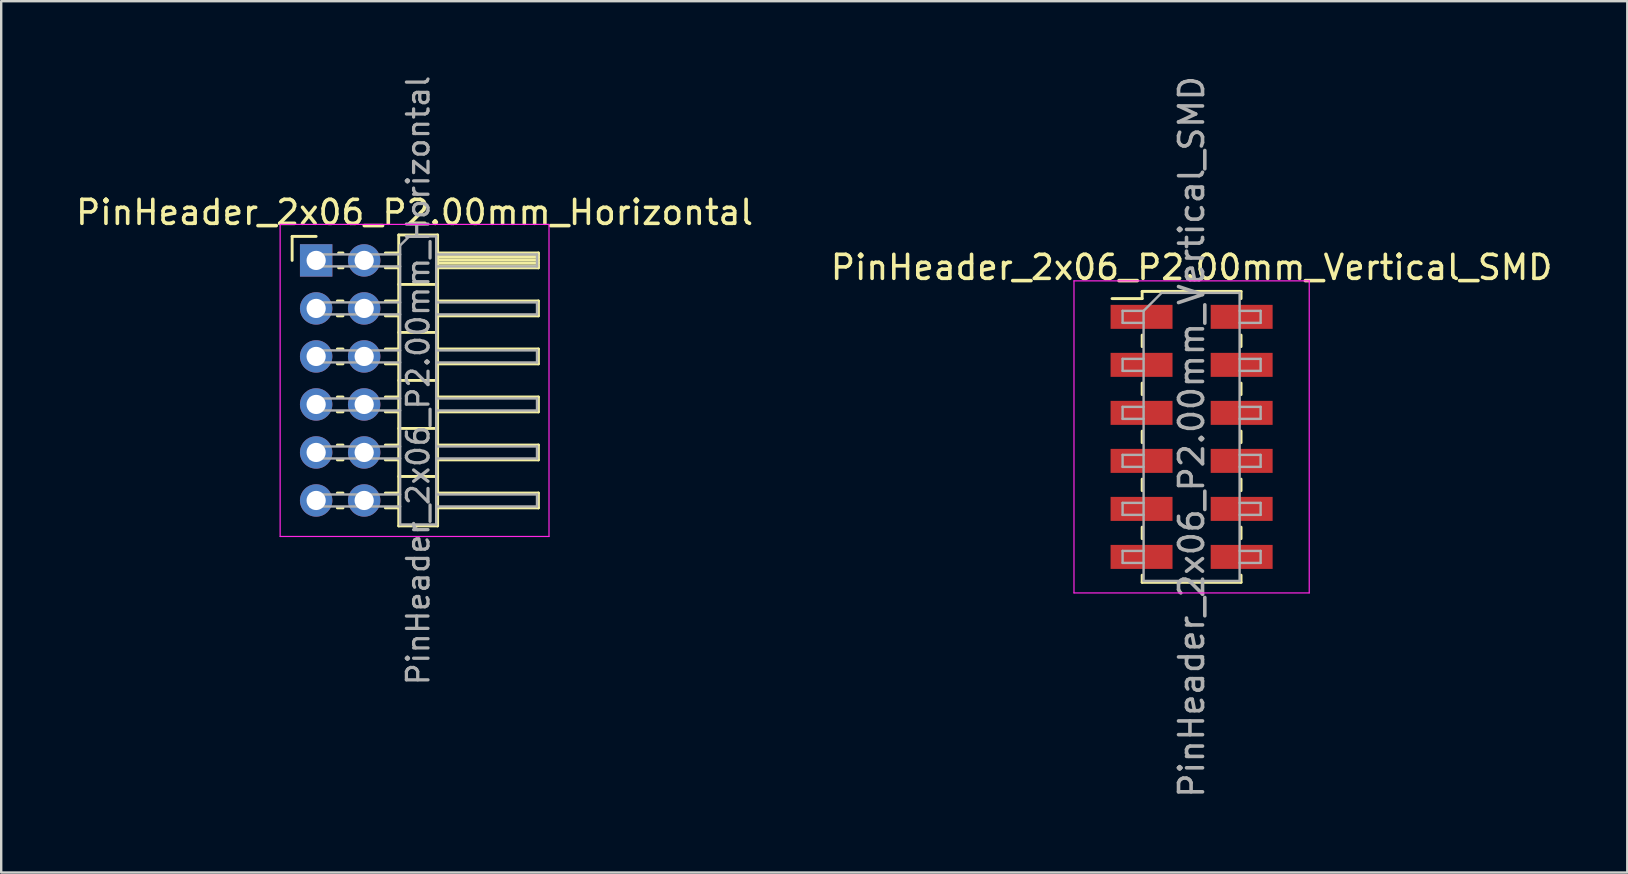
<source format=kicad_pcb>
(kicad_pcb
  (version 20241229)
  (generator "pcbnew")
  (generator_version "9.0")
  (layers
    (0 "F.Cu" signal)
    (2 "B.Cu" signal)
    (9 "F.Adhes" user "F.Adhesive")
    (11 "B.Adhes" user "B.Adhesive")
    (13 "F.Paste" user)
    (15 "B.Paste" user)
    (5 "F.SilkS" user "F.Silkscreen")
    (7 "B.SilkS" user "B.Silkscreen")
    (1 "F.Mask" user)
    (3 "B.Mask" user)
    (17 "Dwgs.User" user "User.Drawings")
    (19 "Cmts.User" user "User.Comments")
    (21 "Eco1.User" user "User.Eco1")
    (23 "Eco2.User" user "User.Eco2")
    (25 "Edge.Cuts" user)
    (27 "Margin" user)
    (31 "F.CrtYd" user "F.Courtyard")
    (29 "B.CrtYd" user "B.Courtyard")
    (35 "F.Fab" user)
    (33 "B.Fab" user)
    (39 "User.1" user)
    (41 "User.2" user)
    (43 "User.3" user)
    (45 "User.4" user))
  (footprint "PinHeader_2x06_P2.00mm_Horizontal"
    (layer "F.Cu")
    (at 10.12 7.798)
    (property "Reference" "PinHeader_2x06_P2.00mm_Horizontal" (at 4.1 -2 0) (layer "F.SilkS") (effects (font (size 1 1) (thickness 0.15))))
    (attr through_hole)
    (fp_line (start -1 -1) (end 0 -1) (stroke (width 0.12) (type solid)) (layer "F.SilkS"))
    (fp_line (start -1 0) (end -1 -1) (stroke (width 0.12) (type solid)) (layer "F.SilkS"))
    (fp_line (start 0.882 1.69) (end 1.118 1.69) (stroke (width 0.12) (type solid)) (layer "F.SilkS"))
    (fp_line (start 0.882 2.31) (end 1.118 2.31) (stroke (width 0.12) (type solid)) (layer "F.SilkS"))
    (fp_line (start 0.882 3.69) (end 1.118 3.69) (stroke (width 0.12) (type solid)) (layer "F.SilkS"))
    (fp_line (start 0.882 4.31) (end 1.118 4.31) (stroke (width 0.12) (type solid)) (layer "F.SilkS"))
    (fp_line (start 0.882 5.69) (end 1.118 5.69) (stroke (width 0.12) (type solid)) (layer "F.SilkS"))
    (fp_line (start 0.882 6.31) (end 1.118 6.31) (stroke (width 0.12) (type solid)) (layer "F.SilkS"))
    (fp_line (start 0.882 7.69) (end 1.118 7.69) (stroke (width 0.12) (type solid)) (layer "F.SilkS"))
    (fp_line (start 0.882 8.31) (end 1.118 8.31) (stroke (width 0.12) (type solid)) (layer "F.SilkS"))
    (fp_line (start 0.882 9.69) (end 1.118 9.69) (stroke (width 0.12) (type solid)) (layer "F.SilkS"))
    (fp_line (start 0.882 10.31) (end 1.118 10.31) (stroke (width 0.12) (type solid)) (layer "F.SilkS"))
    (fp_line (start 0.935 -0.31) (end 1.118 -0.31) (stroke (width 0.12) (type solid)) (layer "F.SilkS"))
    (fp_line (start 0.935 0.31) (end 1.118 0.31) (stroke (width 0.12) (type solid)) (layer "F.SilkS"))
    (fp_line (start 2.882 -0.31) (end 3.44 -0.31) (stroke (width 0.12) (type solid)) (layer "F.SilkS"))
    (fp_line (start 2.882 0.31) (end 3.44 0.31) (stroke (width 0.12) (type solid)) (layer "F.SilkS"))
    (fp_line (start 2.882 1.69) (end 3.44 1.69) (stroke (width 0.12) (type solid)) (layer "F.SilkS"))
    (fp_line (start 2.882 2.31) (end 3.44 2.31) (stroke (width 0.12) (type solid)) (layer "F.SilkS"))
    (fp_line (start 2.882 3.69) (end 3.44 3.69) (stroke (width 0.12) (type solid)) (layer "F.SilkS"))
    (fp_line (start 2.882 4.31) (end 3.44 4.31) (stroke (width 0.12) (type solid)) (layer "F.SilkS"))
    (fp_line (start 2.882 5.69) (end 3.44 5.69) (stroke (width 0.12) (type solid)) (layer "F.SilkS"))
    (fp_line (start 2.882 6.31) (end 3.44 6.31) (stroke (width 0.12) (type solid)) (layer "F.SilkS"))
    (fp_line (start 2.882 7.69) (end 3.44 7.69) (stroke (width 0.12) (type solid)) (layer "F.SilkS"))
    (fp_line (start 2.882 8.31) (end 3.44 8.31) (stroke (width 0.12) (type solid)) (layer "F.SilkS"))
    (fp_line (start 2.882 9.69) (end 3.44 9.69) (stroke (width 0.12) (type solid)) (layer "F.SilkS"))
    (fp_line (start 2.882 10.31) (end 3.44 10.31) (stroke (width 0.12) (type solid)) (layer "F.SilkS"))
    (fp_line (start 3.44 -1.06) (end 3.44 11.06) (stroke (width 0.12) (type solid)) (layer "F.SilkS"))
    (fp_line (start 3.44 1) (end 5.06 1) (stroke (width 0.12) (type solid)) (layer "F.SilkS"))
    (fp_line (start 3.44 3) (end 5.06 3) (stroke (width 0.12) (type solid)) (layer "F.SilkS"))
    (fp_line (start 3.44 5) (end 5.06 5) (stroke (width 0.12) (type solid)) (layer "F.SilkS"))
    (fp_line (start 3.44 7) (end 5.06 7) (stroke (width 0.12) (type solid)) (layer "F.SilkS"))
    (fp_line (start 3.44 9) (end 5.06 9) (stroke (width 0.12) (type solid)) (layer "F.SilkS"))
    (fp_line (start 3.44 11.06) (end 5.06 11.06) (stroke (width 0.12) (type solid)) (layer "F.SilkS"))
    (fp_line (start 5.06 -1.06) (end 3.44 -1.06) (stroke (width 0.12) (type solid)) (layer "F.SilkS"))
    (fp_line (start 5.06 -0.31) (end 9.26 -0.31) (stroke (width 0.12) (type solid)) (layer "F.SilkS"))
    (fp_line (start 5.06 -0.25) (end 9.26 -0.25) (stroke (width 0.12) (type solid)) (layer "F.SilkS"))
    (fp_line (start 5.06 -0.13) (end 9.26 -0.13) (stroke (width 0.12) (type solid)) (layer "F.SilkS"))
    (fp_line (start 5.06 -0.01) (end 9.26 -0.01) (stroke (width 0.12) (type solid)) (layer "F.SilkS"))
    (fp_line (start 5.06 0.11) (end 9.26 0.11) (stroke (width 0.12) (type solid)) (layer "F.SilkS"))
    (fp_line (start 5.06 0.23) (end 9.26 0.23) (stroke (width 0.12) (type solid)) (layer "F.SilkS"))
    (fp_line (start 5.06 1.69) (end 9.26 1.69) (stroke (width 0.12) (type solid)) (layer "F.SilkS"))
    (fp_line (start 5.06 3.69) (end 9.26 3.69) (stroke (width 0.12) (type solid)) (layer "F.SilkS"))
    (fp_line (start 5.06 5.69) (end 9.26 5.69) (stroke (width 0.12) (type solid)) (layer "F.SilkS"))
    (fp_line (start 5.06 7.69) (end 9.26 7.69) (stroke (width 0.12) (type solid)) (layer "F.SilkS"))
    (fp_line (start 5.06 9.69) (end 9.26 9.69) (stroke (width 0.12) (type solid)) (layer "F.SilkS"))
    (fp_line (start 5.06 11.06) (end 5.06 -1.06) (stroke (width 0.12) (type solid)) (layer "F.SilkS"))
    (fp_line (start 9.26 -0.31) (end 9.26 0.31) (stroke (width 0.12) (type solid)) (layer "F.SilkS"))
    (fp_line (start 9.26 0.31) (end 5.06 0.31) (stroke (width 0.12) (type solid)) (layer "F.SilkS"))
    (fp_line (start 9.26 1.69) (end 9.26 2.31) (stroke (width 0.12) (type solid)) (layer "F.SilkS"))
    (fp_line (start 9.26 2.31) (end 5.06 2.31) (stroke (width 0.12) (type solid)) (layer "F.SilkS"))
    (fp_line (start 9.26 3.69) (end 9.26 4.31) (stroke (width 0.12) (type solid)) (layer "F.SilkS"))
    (fp_line (start 9.26 4.31) (end 5.06 4.31) (stroke (width 0.12) (type solid)) (layer "F.SilkS"))
    (fp_line (start 9.26 5.69) (end 9.26 6.31) (stroke (width 0.12) (type solid)) (layer "F.SilkS"))
    (fp_line (start 9.26 6.31) (end 5.06 6.31) (stroke (width 0.12) (type solid)) (layer "F.SilkS"))
    (fp_line (start 9.26 7.69) (end 9.26 8.31) (stroke (width 0.12) (type solid)) (layer "F.SilkS"))
    (fp_line (start 9.26 8.31) (end 5.06 8.31) (stroke (width 0.12) (type solid)) (layer "F.SilkS"))
    (fp_line (start 9.26 9.69) (end 9.26 10.31) (stroke (width 0.12) (type solid)) (layer "F.SilkS"))
    (fp_line (start 9.26 10.31) (end 5.06 10.31) (stroke (width 0.12) (type solid)) (layer "F.SilkS"))
    (fp_line (start -1.5 -1.5) (end -1.5 11.5) (stroke (width 0.05) (type solid)) (layer "F.CrtYd"))
    (fp_line (start -1.5 11.5) (end 9.7 11.5) (stroke (width 0.05) (type solid)) (layer "F.CrtYd"))
    (fp_line (start 9.7 -1.5) (end -1.5 -1.5) (stroke (width 0.05) (type solid)) (layer "F.CrtYd"))
    (fp_line (start 9.7 11.5) (end 9.7 -1.5) (stroke (width 0.05) (type solid)) (layer "F.CrtYd"))
    (fp_line (start -0.25 -0.25) (end -0.25 0.25) (stroke (width 0.1) (type solid)) (layer "F.Fab"))
    (fp_line (start -0.25 -0.25) (end 3.5 -0.25) (stroke (width 0.1) (type solid)) (layer "F.Fab"))
    (fp_line (start -0.25 0.25) (end 3.5 0.25) (stroke (width 0.1) (type solid)) (layer "F.Fab"))
    (fp_line (start -0.25 1.75) (end -0.25 2.25) (stroke (width 0.1) (type solid)) (layer "F.Fab"))
    (fp_line (start -0.25 1.75) (end 3.5 1.75) (stroke (width 0.1) (type solid)) (layer "F.Fab"))
    (fp_line (start -0.25 2.25) (end 3.5 2.25) (stroke (width 0.1) (type solid)) (layer "F.Fab"))
    (fp_line (start -0.25 3.75) (end -0.25 4.25) (stroke (width 0.1) (type solid)) (layer "F.Fab"))
    (fp_line (start -0.25 3.75) (end 3.5 3.75) (stroke (width 0.1) (type solid)) (layer "F.Fab"))
    (fp_line (start -0.25 4.25) (end 3.5 4.25) (stroke (width 0.1) (type solid)) (layer "F.Fab"))
    (fp_line (start -0.25 5.75) (end -0.25 6.25) (stroke (width 0.1) (type solid)) (layer "F.Fab"))
    (fp_line (start -0.25 5.75) (end 3.5 5.75) (stroke (width 0.1) (type solid)) (layer "F.Fab"))
    (fp_line (start -0.25 6.25) (end 3.5 6.25) (stroke (width 0.1) (type solid)) (layer "F.Fab"))
    (fp_line (start -0.25 7.75) (end -0.25 8.25) (stroke (width 0.1) (type solid)) (layer "F.Fab"))
    (fp_line (start -0.25 7.75) (end 3.5 7.75) (stroke (width 0.1) (type solid)) (layer "F.Fab"))
    (fp_line (start -0.25 8.25) (end 3.5 8.25) (stroke (width 0.1) (type solid)) (layer "F.Fab"))
    (fp_line (start -0.25 9.75) (end -0.25 10.25) (stroke (width 0.1) (type solid)) (layer "F.Fab"))
    (fp_line (start -0.25 9.75) (end 3.5 9.75) (stroke (width 0.1) (type solid)) (layer "F.Fab"))
    (fp_line (start -0.25 10.25) (end 3.5 10.25) (stroke (width 0.1) (type solid)) (layer "F.Fab"))
    (fp_line (start 3.5 -0.625) (end 3.875 -1) (stroke (width 0.1) (type solid)) (layer "F.Fab"))
    (fp_line (start 3.5 11) (end 3.5 -0.625) (stroke (width 0.1) (type solid)) (layer "F.Fab"))
    (fp_line (start 3.875 -1) (end 5 -1) (stroke (width 0.1) (type solid)) (layer "F.Fab"))
    (fp_line (start 5 -1) (end 5 11) (stroke (width 0.1) (type solid)) (layer "F.Fab"))
    (fp_line (start 5 -0.25) (end 9.2 -0.25) (stroke (width 0.1) (type solid)) (layer "F.Fab"))
    (fp_line (start 5 0.25) (end 9.2 0.25) (stroke (width 0.1) (type solid)) (layer "F.Fab"))
    (fp_line (start 5 1.75) (end 9.2 1.75) (stroke (width 0.1) (type solid)) (layer "F.Fab"))
    (fp_line (start 5 2.25) (end 9.2 2.25) (stroke (width 0.1) (type solid)) (layer "F.Fab"))
    (fp_line (start 5 3.75) (end 9.2 3.75) (stroke (width 0.1) (type solid)) (layer "F.Fab"))
    (fp_line (start 5 4.25) (end 9.2 4.25) (stroke (width 0.1) (type solid)) (layer "F.Fab"))
    (fp_line (start 5 5.75) (end 9.2 5.75) (stroke (width 0.1) (type solid)) (layer "F.Fab"))
    (fp_line (start 5 6.25) (end 9.2 6.25) (stroke (width 0.1) (type solid)) (layer "F.Fab"))
    (fp_line (start 5 7.75) (end 9.2 7.75) (stroke (width 0.1) (type solid)) (layer "F.Fab"))
    (fp_line (start 5 8.25) (end 9.2 8.25) (stroke (width 0.1) (type solid)) (layer "F.Fab"))
    (fp_line (start 5 9.75) (end 9.2 9.75) (stroke (width 0.1) (type solid)) (layer "F.Fab"))
    (fp_line (start 5 10.25) (end 9.2 10.25) (stroke (width 0.1) (type solid)) (layer "F.Fab"))
    (fp_line (start 5 11) (end 3.5 11) (stroke (width 0.1) (type solid)) (layer "F.Fab"))
    (fp_line (start 9.2 -0.25) (end 9.2 0.25) (stroke (width 0.1) (type solid)) (layer "F.Fab"))
    (fp_line (start 9.2 1.75) (end 9.2 2.25) (stroke (width 0.1) (type solid)) (layer "F.Fab"))
    (fp_line (start 9.2 3.75) (end 9.2 4.25) (stroke (width 0.1) (type solid)) (layer "F.Fab"))
    (fp_line (start 9.2 5.75) (end 9.2 6.25) (stroke (width 0.1) (type solid)) (layer "F.Fab"))
    (fp_line (start 9.2 7.75) (end 9.2 8.25) (stroke (width 0.1) (type solid)) (layer "F.Fab"))
    (fp_line (start 9.2 9.75) (end 9.2 10.25) (stroke (width 0.1) (type solid)) (layer "F.Fab"))
    (fp_text user "${REFERENCE}" (at 4.25 5 90) (layer "F.Fab") (effects (font (size 0.9 0.9) (thickness 0.135))))
    (pad "1" thru_hole rect (at 0 0) (size 1.35 1.35) (drill 0.8) (layers "*.Cu" "*.Mask"))
    (pad "2" thru_hole oval (at 2 0) (size 1.35 1.35) (drill 0.8) (layers "*.Cu" "*.Mask"))
    (pad "3" thru_hole oval (at 0 2) (size 1.35 1.35) (drill 0.8) (layers "*.Cu" "*.Mask"))
    (pad "4" thru_hole oval (at 2 2) (size 1.35 1.35) (drill 0.8) (layers "*.Cu" "*.Mask"))
    (pad "5" thru_hole oval (at 0 4) (size 1.35 1.35) (drill 0.8) (layers "*.Cu" "*.Mask"))
    (pad "6" thru_hole oval (at 2 4) (size 1.35 1.35) (drill 0.8) (layers "*.Cu" "*.Mask"))
    (pad "7" thru_hole oval (at 0 6) (size 1.35 1.35) (drill 0.8) (layers "*.Cu" "*.Mask"))
    (pad "8" thru_hole oval (at 2 6) (size 1.35 1.35) (drill 0.8) (layers "*.Cu" "*.Mask"))
    (pad "9" thru_hole oval (at 0 8) (size 1.35 1.35) (drill 0.8) (layers "*.Cu" "*.Mask"))
    (pad "10" thru_hole oval (at 2 8) (size 1.35 1.35) (drill 0.8) (layers "*.Cu" "*.Mask"))
    (pad "11" thru_hole oval (at 0 10) (size 1.35 1.35) (drill 0.8) (layers "*.Cu" "*.Mask"))
    (pad "12" thru_hole oval (at 2 10) (size 1.35 1.35) (drill 0.8) (layers "*.Cu" "*.Mask")))
  (footprint "PinHeader_2x06_P2.00mm_Vertical_SMD"
    (layer "F.Cu")
    (at 46.589 15.149)
    (property "Reference" "PinHeader_2x06_P2.00mm_Vertical_SMD" (at 0 -7.06 0) (layer "F.SilkS") (effects (font (size 1 1) (thickness 0.15))))
    (attr smd)
    (fp_line (start -3.315 -5.76) (end -2.06 -5.76) (stroke (width 0.12) (type solid)) (layer "F.SilkS"))
    (fp_line (start -2.06 -6.06) (end -2.06 -5.76) (stroke (width 0.12) (type solid)) (layer "F.SilkS"))
    (fp_line (start -2.06 -6.06) (end 2.06 -6.06) (stroke (width 0.12) (type solid)) (layer "F.SilkS"))
    (fp_line (start -2.06 -4.24) (end -2.06 -3.76) (stroke (width 0.12) (type solid)) (layer "F.SilkS"))
    (fp_line (start -2.06 -2.24) (end -2.06 -1.76) (stroke (width 0.12) (type solid)) (layer "F.SilkS"))
    (fp_line (start -2.06 -0.24) (end -2.06 0.24) (stroke (width 0.12) (type solid)) (layer "F.SilkS"))
    (fp_line (start -2.06 1.76) (end -2.06 2.24) (stroke (width 0.12) (type solid)) (layer "F.SilkS"))
    (fp_line (start -2.06 3.76) (end -2.06 4.24) (stroke (width 0.12) (type solid)) (layer "F.SilkS"))
    (fp_line (start -2.06 5.76) (end -2.06 6.06) (stroke (width 0.12) (type solid)) (layer "F.SilkS"))
    (fp_line (start -2.06 6.06) (end 2.06 6.06) (stroke (width 0.12) (type solid)) (layer "F.SilkS"))
    (fp_line (start 2.06 -6.06) (end 2.06 -5.76) (stroke (width 0.12) (type solid)) (layer "F.SilkS"))
    (fp_line (start 2.06 -4.24) (end 2.06 -3.76) (stroke (width 0.12) (type solid)) (layer "F.SilkS"))
    (fp_line (start 2.06 -2.24) (end 2.06 -1.76) (stroke (width 0.12) (type solid)) (layer "F.SilkS"))
    (fp_line (start 2.06 -0.24) (end 2.06 0.24) (stroke (width 0.12) (type solid)) (layer "F.SilkS"))
    (fp_line (start 2.06 1.76) (end 2.06 2.24) (stroke (width 0.12) (type solid)) (layer "F.SilkS"))
    (fp_line (start 2.06 3.76) (end 2.06 4.24) (stroke (width 0.12) (type solid)) (layer "F.SilkS"))
    (fp_line (start 2.06 5.76) (end 2.06 6.06) (stroke (width 0.12) (type solid)) (layer "F.SilkS"))
    (fp_line (start -4.9 -6.5) (end -4.9 6.5) (stroke (width 0.05) (type solid)) (layer "F.CrtYd"))
    (fp_line (start -4.9 6.5) (end 4.9 6.5) (stroke (width 0.05) (type solid)) (layer "F.CrtYd"))
    (fp_line (start 4.9 -6.5) (end -4.9 -6.5) (stroke (width 0.05) (type solid)) (layer "F.CrtYd"))
    (fp_line (start 4.9 6.5) (end 4.9 -6.5) (stroke (width 0.05) (type solid)) (layer "F.CrtYd"))
    (fp_line (start -2.875 -5.25) (end -2.875 -4.75) (stroke (width 0.1) (type solid)) (layer "F.Fab"))
    (fp_line (start -2.875 -4.75) (end -2 -4.75) (stroke (width 0.1) (type solid)) (layer "F.Fab"))
    (fp_line (start -2.875 -3.25) (end -2.875 -2.75) (stroke (width 0.1) (type solid)) (layer "F.Fab"))
    (fp_line (start -2.875 -2.75) (end -2 -2.75) (stroke (width 0.1) (type solid)) (layer "F.Fab"))
    (fp_line (start -2.875 -1.25) (end -2.875 -0.75) (stroke (width 0.1) (type solid)) (layer "F.Fab"))
    (fp_line (start -2.875 -0.75) (end -2 -0.75) (stroke (width 0.1) (type solid)) (layer "F.Fab"))
    (fp_line (start -2.875 0.75) (end -2.875 1.25) (stroke (width 0.1) (type solid)) (layer "F.Fab"))
    (fp_line (start -2.875 1.25) (end -2 1.25) (stroke (width 0.1) (type solid)) (layer "F.Fab"))
    (fp_line (start -2.875 2.75) (end -2.875 3.25) (stroke (width 0.1) (type solid)) (layer "F.Fab"))
    (fp_line (start -2.875 3.25) (end -2 3.25) (stroke (width 0.1) (type solid)) (layer "F.Fab"))
    (fp_line (start -2.875 4.75) (end -2.875 5.25) (stroke (width 0.1) (type solid)) (layer "F.Fab"))
    (fp_line (start -2.875 5.25) (end -2 5.25) (stroke (width 0.1) (type solid)) (layer "F.Fab"))
    (fp_line (start -2 -5.25) (end -2.875 -5.25) (stroke (width 0.1) (type solid)) (layer "F.Fab"))
    (fp_line (start -2 -5.25) (end -1.25 -6) (stroke (width 0.1) (type solid)) (layer "F.Fab"))
    (fp_line (start -2 -3.25) (end -2.875 -3.25) (stroke (width 0.1) (type solid)) (layer "F.Fab"))
    (fp_line (start -2 -1.25) (end -2.875 -1.25) (stroke (width 0.1) (type solid)) (layer "F.Fab"))
    (fp_line (start -2 0.75) (end -2.875 0.75) (stroke (width 0.1) (type solid)) (layer "F.Fab"))
    (fp_line (start -2 2.75) (end -2.875 2.75) (stroke (width 0.1) (type solid)) (layer "F.Fab"))
    (fp_line (start -2 4.75) (end -2.875 4.75) (stroke (width 0.1) (type solid)) (layer "F.Fab"))
    (fp_line (start -2 6) (end -2 -5.25) (stroke (width 0.1) (type solid)) (layer "F.Fab"))
    (fp_line (start -1.25 -6) (end 2 -6) (stroke (width 0.1) (type solid)) (layer "F.Fab"))
    (fp_line (start 2 -6) (end 2 6) (stroke (width 0.1) (type solid)) (layer "F.Fab"))
    (fp_line (start 2 -5.25) (end 2.875 -5.25) (stroke (width 0.1) (type solid)) (layer "F.Fab"))
    (fp_line (start 2 -3.25) (end 2.875 -3.25) (stroke (width 0.1) (type solid)) (layer "F.Fab"))
    (fp_line (start 2 -1.25) (end 2.875 -1.25) (stroke (width 0.1) (type solid)) (layer "F.Fab"))
    (fp_line (start 2 0.75) (end 2.875 0.75) (stroke (width 0.1) (type solid)) (layer "F.Fab"))
    (fp_line (start 2 2.75) (end 2.875 2.75) (stroke (width 0.1) (type solid)) (layer "F.Fab"))
    (fp_line (start 2 4.75) (end 2.875 4.75) (stroke (width 0.1) (type solid)) (layer "F.Fab"))
    (fp_line (start 2 6) (end -2 6) (stroke (width 0.1) (type solid)) (layer "F.Fab"))
    (fp_line (start 2.875 -5.25) (end 2.875 -4.75) (stroke (width 0.1) (type solid)) (layer "F.Fab"))
    (fp_line (start 2.875 -4.75) (end 2 -4.75) (stroke (width 0.1) (type solid)) (layer "F.Fab"))
    (fp_line (start 2.875 -3.25) (end 2.875 -2.75) (stroke (width 0.1) (type solid)) (layer "F.Fab"))
    (fp_line (start 2.875 -2.75) (end 2 -2.75) (stroke (width 0.1) (type solid)) (layer "F.Fab"))
    (fp_line (start 2.875 -1.25) (end 2.875 -0.75) (stroke (width 0.1) (type solid)) (layer "F.Fab"))
    (fp_line (start 2.875 -0.75) (end 2 -0.75) (stroke (width 0.1) (type solid)) (layer "F.Fab"))
    (fp_line (start 2.875 0.75) (end 2.875 1.25) (stroke (width 0.1) (type solid)) (layer "F.Fab"))
    (fp_line (start 2.875 1.25) (end 2 1.25) (stroke (width 0.1) (type solid)) (layer "F.Fab"))
    (fp_line (start 2.875 2.75) (end 2.875 3.25) (stroke (width 0.1) (type solid)) (layer "F.Fab"))
    (fp_line (start 2.875 3.25) (end 2 3.25) (stroke (width 0.1) (type solid)) (layer "F.Fab"))
    (fp_line (start 2.875 4.75) (end 2.875 5.25) (stroke (width 0.1) (type solid)) (layer "F.Fab"))
    (fp_line (start 2.875 5.25) (end 2 5.25) (stroke (width 0.1) (type solid)) (layer "F.Fab"))
    (fp_text user "${REFERENCE}" (at 0 0 90) (layer "F.Fab") (effects (font (size 1 1) (thickness 0.15))))
    (pad "1" smd rect (at -2.085 -5) (size 2.58 1) (layers "F.Cu" "F.Mask" "F.Paste"))
    (pad "2" smd rect (at 2.085 -5) (size 2.58 1) (layers "F.Cu" "F.Mask" "F.Paste"))
    (pad "3" smd rect (at -2.085 -3) (size 2.58 1) (layers "F.Cu" "F.Mask" "F.Paste"))
    (pad "4" smd rect (at 2.085 -3) (size 2.58 1) (layers "F.Cu" "F.Mask" "F.Paste"))
    (pad "5" smd rect (at -2.085 -1) (size 2.58 1) (layers "F.Cu" "F.Mask" "F.Paste"))
    (pad "6" smd rect (at 2.085 -1) (size 2.58 1) (layers "F.Cu" "F.Mask" "F.Paste"))
    (pad "7" smd rect (at -2.085 1) (size 2.58 1) (layers "F.Cu" "F.Mask" "F.Paste"))
    (pad "8" smd rect (at 2.085 1) (size 2.58 1) (layers "F.Cu" "F.Mask" "F.Paste"))
    (pad "9" smd rect (at -2.085 3) (size 2.58 1) (layers "F.Cu" "F.Mask" "F.Paste"))
    (pad "10" smd rect (at 2.085 3) (size 2.58 1) (layers "F.Cu" "F.Mask" "F.Paste"))
    (pad "11" smd rect (at -2.085 5) (size 2.58 1) (layers "F.Cu" "F.Mask" "F.Paste"))
    (pad "12" smd rect (at 2.085 5) (size 2.58 1) (layers "F.Cu" "F.Mask" "F.Paste")))
  (gr_rect
    (start -3 -3)
    (end 64.738 33.298)
    (stroke (width 0.1) (type default))
    (fill no)
    (layer "Edge.Cuts")))
</source>
